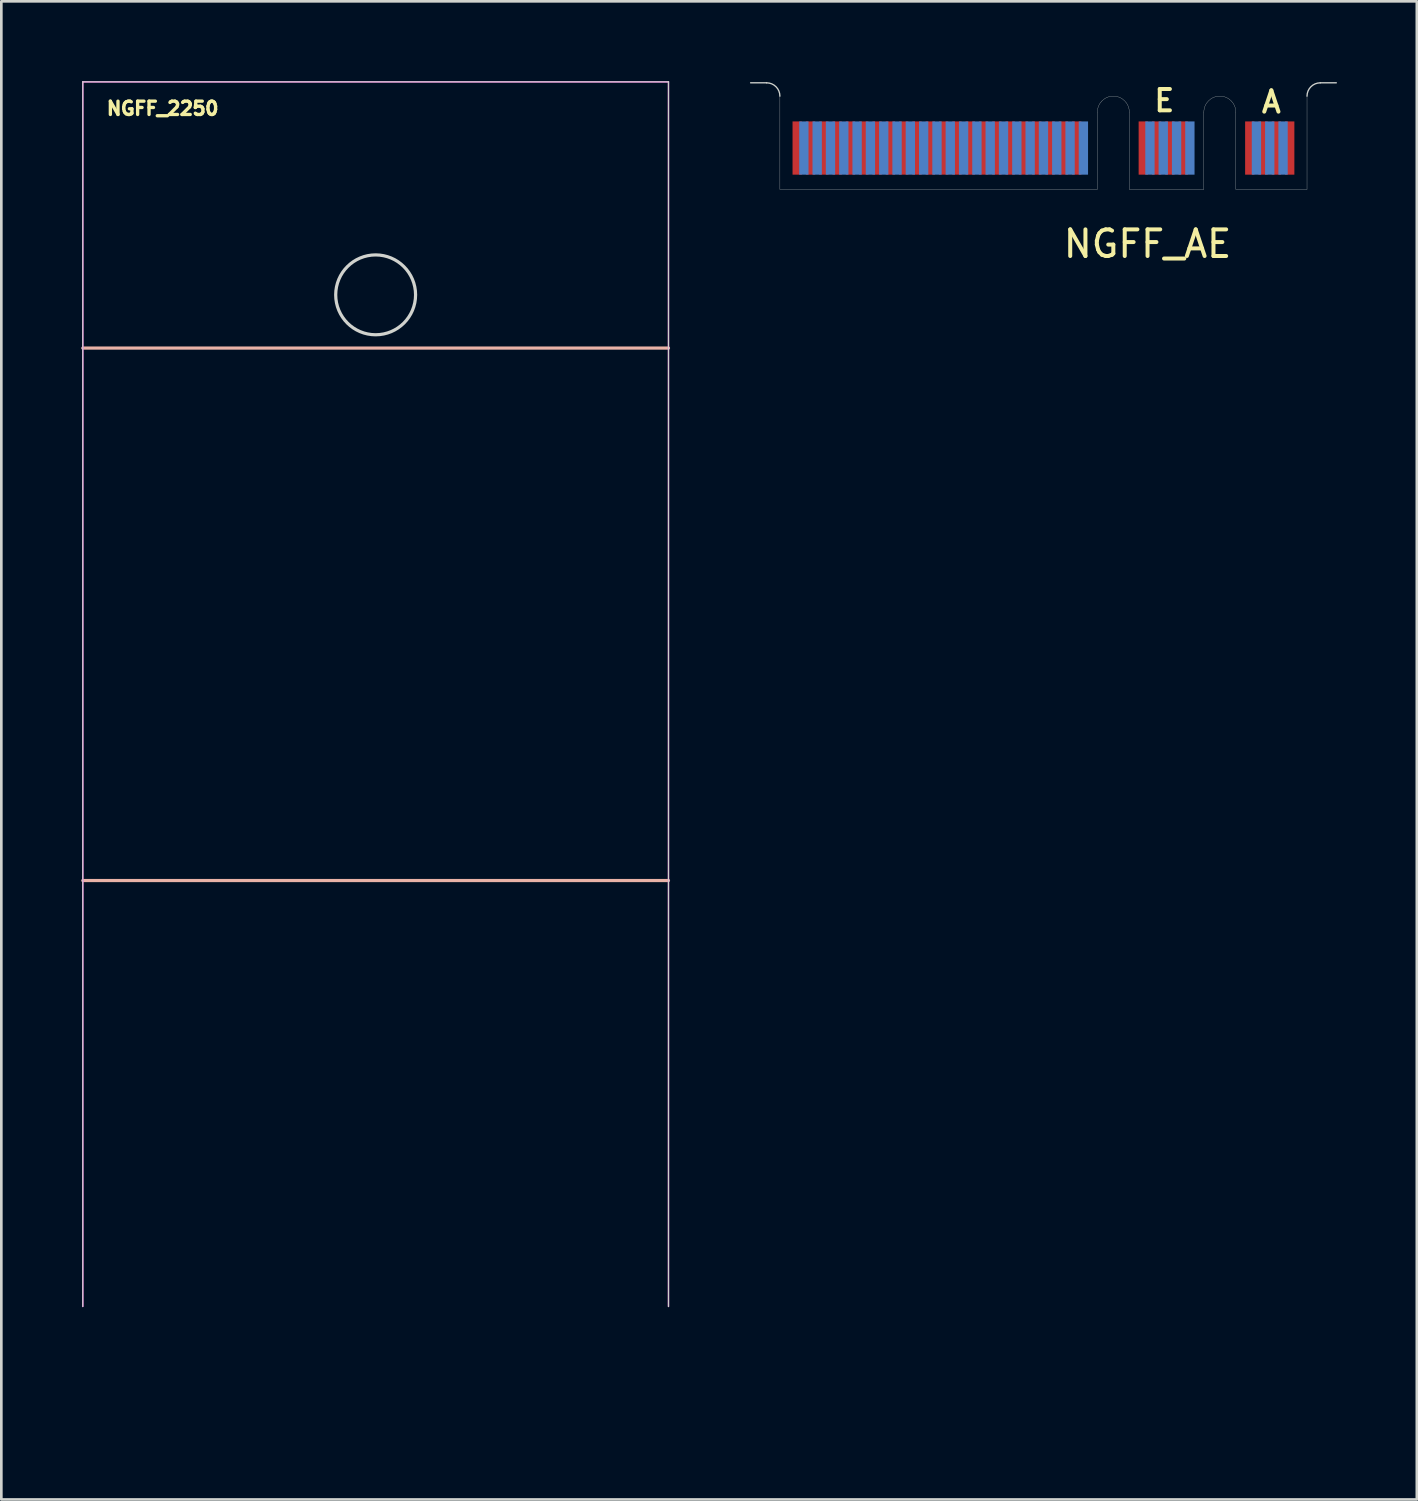
<source format=kicad_pcb>
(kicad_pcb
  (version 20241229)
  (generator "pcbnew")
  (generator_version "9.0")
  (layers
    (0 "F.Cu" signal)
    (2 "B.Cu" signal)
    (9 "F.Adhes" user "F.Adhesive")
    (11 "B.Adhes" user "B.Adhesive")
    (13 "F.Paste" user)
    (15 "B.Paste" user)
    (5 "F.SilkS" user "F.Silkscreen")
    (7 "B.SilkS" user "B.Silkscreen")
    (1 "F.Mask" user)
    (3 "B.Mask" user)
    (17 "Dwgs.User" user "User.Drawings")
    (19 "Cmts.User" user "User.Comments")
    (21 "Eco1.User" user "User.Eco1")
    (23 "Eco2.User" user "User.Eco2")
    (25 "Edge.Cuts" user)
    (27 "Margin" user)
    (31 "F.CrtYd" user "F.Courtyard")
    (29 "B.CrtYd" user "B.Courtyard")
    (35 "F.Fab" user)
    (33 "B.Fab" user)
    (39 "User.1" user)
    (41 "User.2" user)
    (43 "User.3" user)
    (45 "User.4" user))
  (footprint "NGFF_AE"
    (layer "F.Cu")
    (at 36.145 4.061)
    (property "Reference" "NGFF_AE" (at 3.91 2.05 0) (layer "F.SilkS") (effects (font (size 1 1) (thickness 0.15))))
    (attr smd)
    (fp_poly (pts (xy -9.96 -0.02) (xy 5.99 -0.02) (xy 5.99 -2.52) (xy -9.96 -2.52)) (stroke (width 0.1) (type solid)) (fill yes) (layer "F.Mask"))
    (fp_poly (pts (xy 7.19 -0.02) (xy 9.89 -0.02) (xy 9.89 -2.53) (xy 7.19 -2.53)) (stroke (width 0.1) (type solid)) (fill yes) (layer "F.Mask"))
    (fp_poly (pts (xy -9.96 -0.02) (xy 5.99 -0.02) (xy 5.99 -2.52) (xy -9.96 -2.52)) (stroke (width 0.1) (type solid)) (fill yes) (layer "B.Mask"))
    (fp_poly (pts (xy 7.19 -0.02) (xy 9.89 -0.02) (xy 9.89 -2.52) (xy 7.19 -2.52)) (stroke (width 0.1) (type solid)) (fill yes) (layer "B.Mask"))
    (fp_line (start 0 0) (end 0 -4) (stroke (width 0.01) (type solid)) (layer "Eco1.User"))
    (fp_line (start -11 -4) (end -10.4 -4) (stroke (width 0.05) (type solid)) (layer "Edge.Cuts"))
    (fp_line (start -9.9 0) (end -9.9 -3.5) (stroke (width 0.01) (type solid)) (layer "Edge.Cuts"))
    (fp_line (start -9.9 0) (end 2.025 0) (stroke (width 0.01) (type solid)) (layer "Edge.Cuts"))
    (fp_line (start 2.025 0) (end 2.025 -2.9) (stroke (width 0.01) (type solid)) (layer "Edge.Cuts"))
    (fp_line (start 3.225 0) (end 3.225 -2.9) (stroke (width 0.01) (type solid)) (layer "Edge.Cuts"))
    (fp_line (start 3.225 0) (end 6.025 0) (stroke (width 0.01) (type solid)) (layer "Edge.Cuts"))
    (fp_line (start 6.025 0) (end 6.025 -2.9) (stroke (width 0.01) (type solid)) (layer "Edge.Cuts"))
    (fp_line (start 7.225 0) (end 7.225 -2.9) (stroke (width 0.01) (type solid)) (layer "Edge.Cuts"))
    (fp_line (start 7.225 0) (end 9.9 0) (stroke (width 0.01) (type solid)) (layer "Edge.Cuts"))
    (fp_line (start 9.9 0) (end 9.9 -3.5) (stroke (width 0.01) (type solid)) (layer "Edge.Cuts"))
    (fp_line (start 11 -4) (end 10.4 -4) (stroke (width 0.05) (type solid)) (layer "Edge.Cuts"))
    (fp_arc (start -10.4 -4) (mid -10.046447 -3.853553) (end -9.9 -3.5) (stroke (width 0.05) (type solid)) (layer "Edge.Cuts"))
    (fp_arc (start 2.025 -2.9) (mid 2.625 -3.5) (end 3.225 -2.9) (stroke (width 0.01) (type solid)) (layer "Edge.Cuts"))
    (fp_arc (start 6.025 -2.9) (mid 6.625 -3.5) (end 7.225 -2.9) (stroke (width 0.01) (type solid)) (layer "Edge.Cuts"))
    (fp_arc (start 9.9 -3.5) (mid 10.046447 -3.853553) (end 10.4 -4) (stroke (width 0.05) (type solid)) (layer "Edge.Cuts"))
    (fp_text user "E" (at 4.54 -3.33 0) (layer "F.SilkS") (effects (font (size 0.8 0.8) (thickness 0.15))))
    (fp_text user "A" (at 8.56 -3.28 0) (layer "F.SilkS") (effects (font (size 0.8 0.8) (thickness 0.15))))
    (pad "1" smd rect (at 9.25 -1.55) (size 0.35 2) (layers "F.Cu" "F.Mask"))
    (pad "2" smd rect (at 9 -1.55) (size 0.35 2) (layers "B.Cu" "B.Mask"))
    (pad "3" smd rect (at 8.75 -1.55) (size 0.35 2) (layers "F.Cu" "F.Mask"))
    (pad "4" smd rect (at 8.5 -1.55) (size 0.35 2) (layers "B.Cu" "B.Mask"))
    (pad "5" smd rect (at 8.25 -1.55) (size 0.35 2) (layers "F.Cu" "F.Mask"))
    (pad "6" smd rect (at 8 -1.55) (size 0.35 2) (layers "B.Cu" "B.Mask"))
    (pad "7" smd rect (at 7.75 -1.55) (size 0.35 2) (layers "F.Cu" "F.Mask"))
    (pad "16" smd rect (at 5.5 -1.55) (size 0.35 2) (layers "B.Cu" "B.Mask"))
    (pad "17" smd rect (at 5.25 -1.55) (size 0.35 2) (layers "F.Cu" "F.Mask"))
    (pad "18" smd rect (at 5 -1.55) (size 0.35 2) (layers "B.Cu" "B.Mask"))
    (pad "19" smd rect (at 4.75 -1.55) (size 0.35 2) (layers "F.Cu" "F.Mask"))
    (pad "20" smd rect (at 4.5 -1.55) (size 0.35 2) (layers "B.Cu" "B.Mask"))
    (pad "21" smd rect (at 4.25 -1.55) (size 0.35 2) (layers "F.Cu" "F.Mask"))
    (pad "22" smd rect (at 4 -1.55) (size 0.35 2) (layers "B.Cu" "B.Mask"))
    (pad "23" smd rect (at 3.75 -1.55) (size 0.35 2) (layers "F.Cu" "F.Mask"))
    (pad "32" smd rect (at 1.5 -1.55) (size 0.35 2) (layers "B.Cu" "B.Mask"))
    (pad "33" smd rect (at 1.25 -1.55) (size 0.35 2) (layers "F.Cu" "F.Mask"))
    (pad "34" smd rect (at 1 -1.55) (size 0.35 2) (layers "B.Cu" "B.Mask"))
    (pad "35" smd rect (at 0.75 -1.55) (size 0.35 2) (layers "F.Cu" "F.Mask"))
    (pad "36" smd rect (at 0.5 -1.55) (size 0.35 2) (layers "B.Cu" "B.Mask"))
    (pad "37" smd rect (at 0.25 -1.55) (size 0.35 2) (layers "F.Cu" "F.Mask"))
    (pad "38" smd rect (at 0 -1.55) (size 0.35 2) (layers "B.Cu" "B.Mask"))
    (pad "39" smd rect (at -0.25 -1.55) (size 0.35 2) (layers "F.Cu" "F.Mask"))
    (pad "40" smd rect (at -0.5 -1.55) (size 0.35 2) (layers "B.Cu" "B.Mask"))
    (pad "41" smd rect (at -0.75 -1.55) (size 0.35 2) (layers "F.Cu" "F.Mask"))
    (pad "42" smd rect (at -1 -1.55) (size 0.35 2) (layers "B.Cu" "B.Mask"))
    (pad "43" smd rect (at -1.25 -1.55) (size 0.35 2) (layers "F.Cu" "F.Mask"))
    (pad "44" smd rect (at -1.5 -1.55) (size 0.35 2) (layers "B.Cu" "B.Mask"))
    (pad "45" smd rect (at -1.75 -1.55) (size 0.35 2) (layers "F.Cu" "F.Mask"))
    (pad "46" smd rect (at -2 -1.55) (size 0.35 2) (layers "B.Cu" "B.Mask"))
    (pad "47" smd rect (at -2.25 -1.55) (size 0.35 2) (layers "F.Cu" "F.Mask"))
    (pad "48" smd rect (at -2.5 -1.55) (size 0.35 2) (layers "B.Cu" "B.Mask"))
    (pad "49" smd rect (at -2.75 -1.55) (size 0.35 2) (layers "F.Cu" "F.Mask"))
    (pad "50" smd rect (at -3 -1.55) (size 0.35 2) (layers "B.Cu" "B.Mask"))
    (pad "51" smd rect (at -3.25 -1.55) (size 0.35 2) (layers "F.Cu" "F.Mask"))
    (pad "52" smd rect (at -3.5 -1.55) (size 0.35 2) (layers "B.Cu" "B.Mask"))
    (pad "53" smd rect (at -3.75 -1.55) (size 0.35 2) (layers "F.Cu" "F.Mask"))
    (pad "54" smd rect (at -4 -1.55) (size 0.35 2) (layers "B.Cu" "B.Mask"))
    (pad "55" smd rect (at -4.25 -1.55) (size 0.35 2) (layers "F.Cu" "F.Mask"))
    (pad "56" smd rect (at -4.5 -1.55) (size 0.35 2) (layers "B.Cu" "B.Mask"))
    (pad "57" smd rect (at -4.75 -1.55) (size 0.35 2) (layers "F.Cu" "F.Mask"))
    (pad "58" smd rect (at -5 -1.55) (size 0.35 2) (layers "B.Cu" "B.Mask"))
    (pad "59" smd rect (at -5.25 -1.55) (size 0.35 2) (layers "F.Cu" "F.Mask"))
    (pad "60" smd rect (at -5.5 -1.55) (size 0.35 2) (layers "B.Cu" "B.Mask"))
    (pad "61" smd rect (at -5.75 -1.55) (size 0.35 2) (layers "F.Cu" "F.Mask"))
    (pad "62" smd rect (at -6 -1.55) (size 0.35 2) (layers "B.Cu" "B.Mask"))
    (pad "63" smd rect (at -6.25 -1.55) (size 0.35 2) (layers "F.Cu" "F.Mask"))
    (pad "64" smd rect (at -6.5 -1.55) (size 0.35 2) (layers "B.Cu" "B.Mask"))
    (pad "65" smd rect (at -6.75 -1.55) (size 0.35 2) (layers "F.Cu" "F.Mask"))
    (pad "66" smd rect (at -7 -1.55) (size 0.35 2) (layers "B.Cu" "B.Mask"))
    (pad "67" smd rect (at -7.25 -1.55) (size 0.35 2) (layers "F.Cu" "F.Mask"))
    (pad "68" smd rect (at -7.5 -1.55) (size 0.35 2) (layers "B.Cu" "B.Mask"))
    (pad "69" smd rect (at -7.75 -1.55) (size 0.35 2) (layers "F.Cu" "F.Mask"))
    (pad "70" smd rect (at -8 -1.55) (size 0.35 2) (layers "B.Cu" "B.Mask"))
    (pad "71" smd rect (at -8.25 -1.55) (size 0.35 2) (layers "F.Cu" "F.Mask"))
    (pad "72" smd rect (at -8.5 -1.55) (size 0.35 2) (layers "B.Cu" "B.Mask"))
    (pad "73" smd rect (at -8.75 -1.55) (size 0.35 2) (layers "F.Cu" "F.Mask"))
    (pad "74" smd rect (at -9 -1.55) (size 0.35 2) (layers "B.Cu" "B.Mask"))
    (pad "75" smd rect (at -9.25 -1.55) (size 0.35 2) (layers "F.Cu" "F.Mask")))
  (footprint "NGFF_2250"
    (layer "F.Cu")
    (at 11.06 50.025)
    (property "Reference" "NGFF_2250" (at -8 -49 0) (layer "F.SilkS") (effects (font (size 0.5 0.5) (thickness 0.125))))
    (attr through_hole)
    (fp_line (start -11 -40) (end 11 -40) (stroke (width 0.12) (type solid)) (layer "B.SilkS"))
    (fp_line (start -11 -20) (end 11 -20) (stroke (width 0.12) (type solid)) (layer "B.SilkS"))
    (fp_line (start 0 0) (end 0 -30) (stroke (width 0.01) (type solid)) (layer "Eco1.User"))
    (fp_line (start -11 -50) (end -11 -4) (stroke (width 0.05) (type solid)) (layer "Edge.Cuts"))
    (fp_line (start 11 -50) (end -11 -50) (stroke (width 0.05) (type solid)) (layer "Edge.Cuts"))
    (fp_line (start 11 -50) (end 11 -4) (stroke (width 0.05) (type solid)) (layer "Edge.Cuts"))
    (fp_circle (center 0 -42) (end 1.5 -42) (stroke (width 0.12) (type solid)) (fill no) (layer "Edge.Cuts"))
    (fp_line (start -11 -50) (end -11 -4) (stroke (width 0.05) (type solid)) (layer "F.CrtYd"))
    (fp_line (start 11 -50) (end -11 -50) (stroke (width 0.05) (type solid)) (layer "F.CrtYd"))
    (fp_line (start 11 -50) (end 11 -4) (stroke (width 0.05) (type solid)) (layer "F.CrtYd")))
  (gr_rect
    (start -3 -3)
    (end 50.17 53.275)
    (stroke (width 0.1) (type default))
    (fill no)
    (layer "Edge.Cuts")))
</source>
